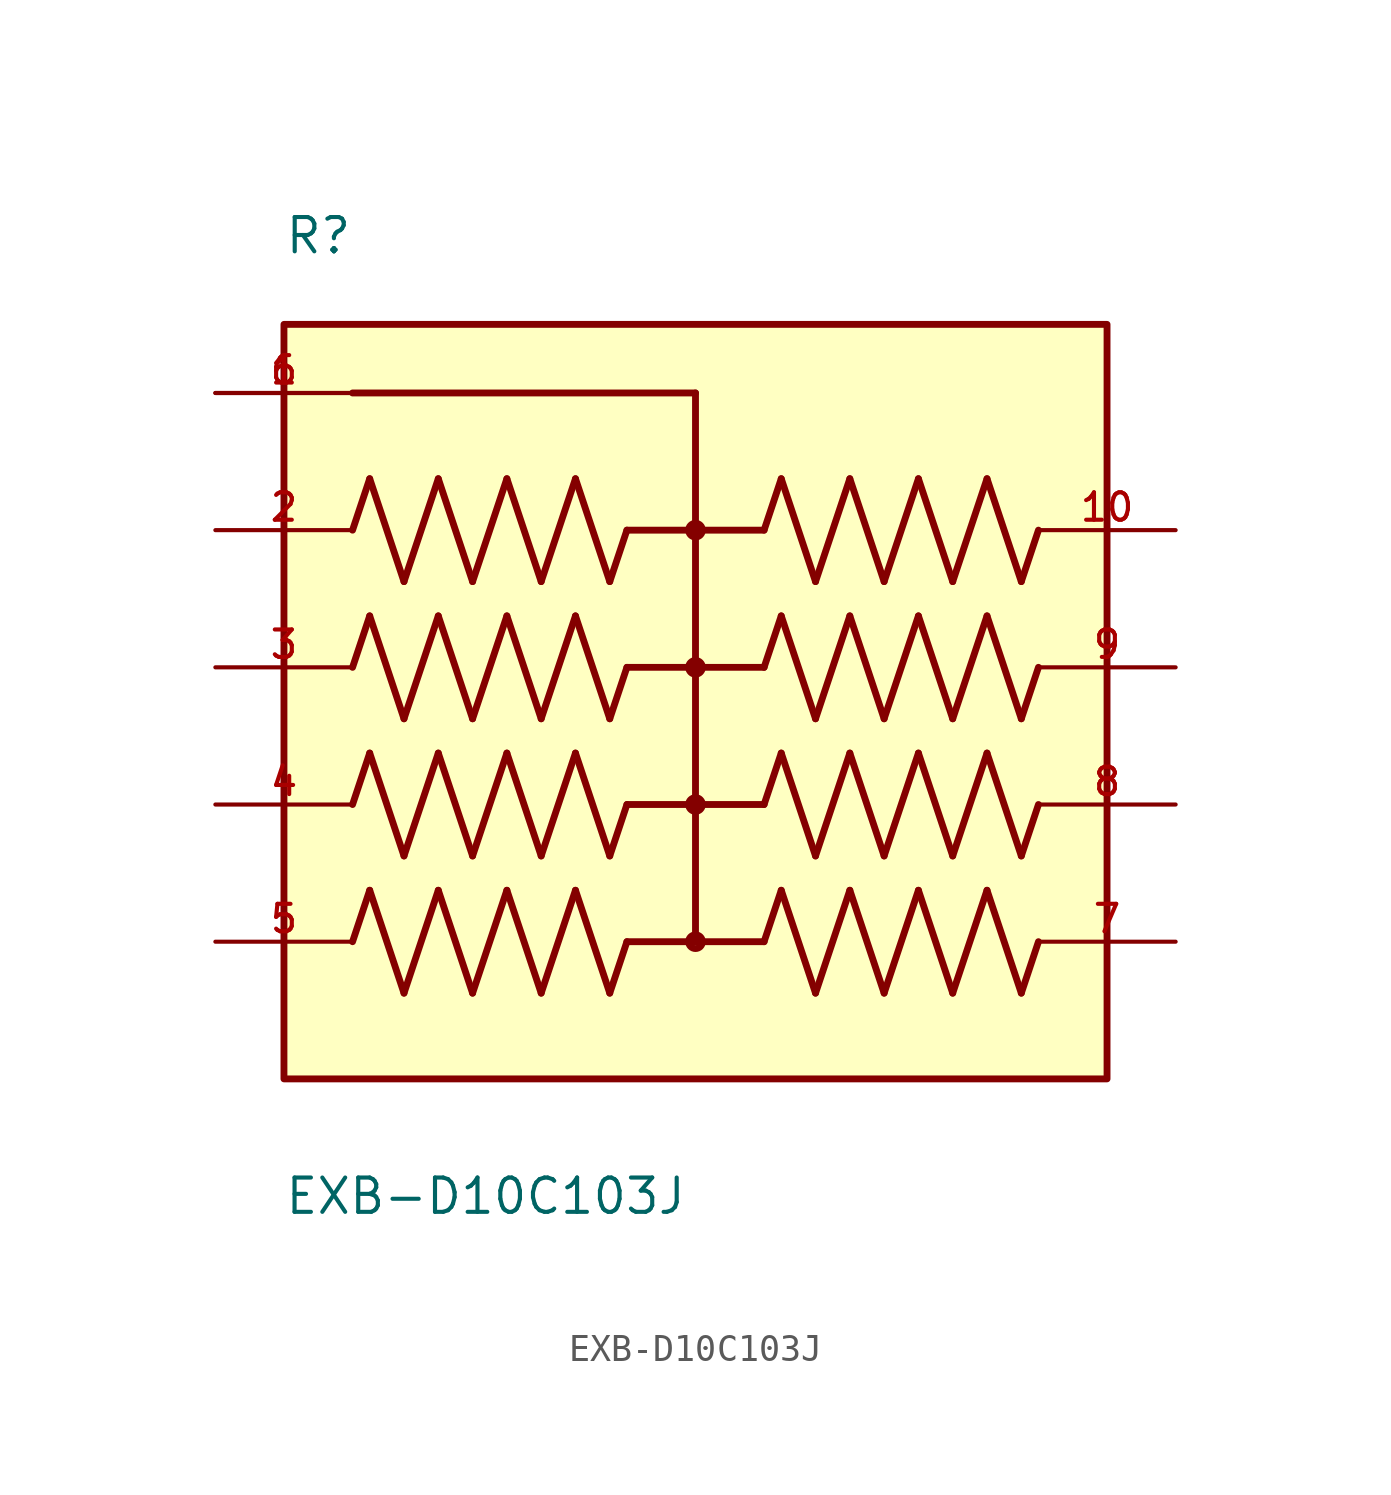
<source format=kicad_sym>
(kicad_symbol_lib
  (version 20211014)
  (generator kicad_symbol_editor)
  (symbol "EXB-D10C103J"
    (pin_names
      (offset 1.016))
    (property "Reference" "R"
      (at -15.244 15.242 0)
      (effects (font (size 1.27 1.27)) (justify bottom left)))
    (property "Value" "EXB-D10C103J"
      (at -15.25 -20.327 0)
      (effects (font (size 1.27 1.27)) (justify bottom left)))
    (symbol "EXB-D10C103J_0_0"
      (polyline (pts (xy -12.7 5.08) (xy -12.065 6.985)) (stroke (width 0.254)))
      (polyline (pts (xy -12.065 6.985) (xy -10.795 3.175)) (stroke (width 0.254)))
      (polyline (pts (xy -10.795 3.175) (xy -9.525 6.985)) (stroke (width 0.254)))
      (polyline (pts (xy -9.525 6.985) (xy -8.255 3.175)) (stroke (width 0.254)))
      (polyline (pts (xy -8.255 3.175) (xy -6.985 6.985)) (stroke (width 0.254)))
      (polyline (pts (xy -6.985 6.985) (xy -5.715 3.175)) (stroke (width 0.254)))
      (polyline (pts (xy -5.715 3.175) (xy -4.445 6.985)) (stroke (width 0.254)))
      (polyline (pts (xy -4.445 6.985) (xy -3.175 3.175)) (stroke (width 0.254)))
      (polyline (pts (xy -3.175 3.175) (xy -2.54 5.08)) (stroke (width 0.254)))
      (polyline (pts (xy -12.7 0.0) (xy -12.065 1.905)) (stroke (width 0.254)))
      (polyline (pts (xy -12.065 1.905) (xy -10.795 -1.905)) (stroke (width 0.254)))
      (polyline (pts (xy -10.795 -1.905) (xy -9.525 1.905)) (stroke (width 0.254)))
      (polyline (pts (xy -9.525 1.905) (xy -8.255 -1.905)) (stroke (width 0.254)))
      (polyline (pts (xy -8.255 -1.905) (xy -6.985 1.905)) (stroke (width 0.254)))
      (polyline (pts (xy -6.985 1.905) (xy -5.715 -1.905)) (stroke (width 0.254)))
      (polyline (pts (xy -5.715 -1.905) (xy -4.445 1.905)) (stroke (width 0.254)))
      (polyline (pts (xy -4.445 1.905) (xy -3.175 -1.905)) (stroke (width 0.254)))
      (polyline (pts (xy -3.175 -1.905) (xy -2.54 0.0)) (stroke (width 0.254)))
      (polyline (pts (xy -12.7 -5.08) (xy -12.065 -3.175)) (stroke (width 0.254)))
      (polyline (pts (xy -12.065 -3.175) (xy -10.795 -6.985)) (stroke (width 0.254)))
      (polyline (pts (xy -10.795 -6.985) (xy -9.525 -3.175)) (stroke (width 0.254)))
      (polyline (pts (xy -9.525 -3.175) (xy -8.255 -6.985)) (stroke (width 0.254)))
      (polyline (pts (xy -8.255 -6.985) (xy -6.985 -3.175)) (stroke (width 0.254)))
      (polyline (pts (xy -6.985 -3.175) (xy -5.715 -6.985)) (stroke (width 0.254)))
      (polyline (pts (xy -5.715 -6.985) (xy -4.445 -3.175)) (stroke (width 0.254)))
      (polyline (pts (xy -4.445 -3.175) (xy -3.175 -6.985)) (stroke (width 0.254)))
      (polyline (pts (xy -3.175 -6.985) (xy -2.54 -5.08)) (stroke (width 0.254)))
      (polyline (pts (xy -12.7 -10.16) (xy -12.065 -8.255)) (stroke (width 0.254)))
      (polyline (pts (xy -12.065 -8.255) (xy -10.795 -12.065)) (stroke (width 0.254)))
      (polyline (pts (xy -10.795 -12.065) (xy -9.525 -8.255)) (stroke (width 0.254)))
      (polyline (pts (xy -9.525 -8.255) (xy -8.255 -12.065)) (stroke (width 0.254)))
      (polyline (pts (xy -8.255 -12.065) (xy -6.985 -8.255)) (stroke (width 0.254)))
      (polyline (pts (xy -6.985 -8.255) (xy -5.715 -12.065)) (stroke (width 0.254)))
      (polyline (pts (xy -5.715 -12.065) (xy -4.445 -8.255)) (stroke (width 0.254)))
      (polyline (pts (xy -4.445 -8.255) (xy -3.175 -12.065)) (stroke (width 0.254)))
      (polyline (pts (xy -3.175 -12.065) (xy -2.54 -10.16)) (stroke (width 0.254)))
      (polyline (pts (xy 2.54 5.08) (xy 3.175 6.985)) (stroke (width 0.254)))
      (polyline (pts (xy 3.175 6.985) (xy 4.445 3.175)) (stroke (width 0.254)))
      (polyline (pts (xy 4.445 3.175) (xy 5.715 6.985)) (stroke (width 0.254)))
      (polyline (pts (xy 5.715 6.985) (xy 6.985 3.175)) (stroke (width 0.254)))
      (polyline (pts (xy 6.985 3.175) (xy 8.255 6.985)) (stroke (width 0.254)))
      (polyline (pts (xy 8.255 6.985) (xy 9.525 3.175)) (stroke (width 0.254)))
      (polyline (pts (xy 9.525 3.175) (xy 10.795 6.985)) (stroke (width 0.254)))
      (polyline (pts (xy 10.795 6.985) (xy 12.065 3.175)) (stroke (width 0.254)))
      (polyline (pts (xy 12.065 3.175) (xy 12.7 5.08)) (stroke (width 0.254)))
      (polyline (pts (xy 2.54 0.0) (xy 3.175 1.905)) (stroke (width 0.254)))
      (polyline (pts (xy 3.175 1.905) (xy 4.445 -1.905)) (stroke (width 0.254)))
      (polyline (pts (xy 4.445 -1.905) (xy 5.715 1.905)) (stroke (width 0.254)))
      (polyline (pts (xy 5.715 1.905) (xy 6.985 -1.905)) (stroke (width 0.254)))
      (polyline (pts (xy 6.985 -1.905) (xy 8.255 1.905)) (stroke (width 0.254)))
      (polyline (pts (xy 8.255 1.905) (xy 9.525 -1.905)) (stroke (width 0.254)))
      (polyline (pts (xy 9.525 -1.905) (xy 10.795 1.905)) (stroke (width 0.254)))
      (polyline (pts (xy 10.795 1.905) (xy 12.065 -1.905)) (stroke (width 0.254)))
      (polyline (pts (xy 12.065 -1.905) (xy 12.7 0.0)) (stroke (width 0.254)))
      (polyline (pts (xy 2.54 -5.08) (xy 3.175 -3.175)) (stroke (width 0.254)))
      (polyline (pts (xy 3.175 -3.175) (xy 4.445 -6.985)) (stroke (width 0.254)))
      (polyline (pts (xy 4.445 -6.985) (xy 5.715 -3.175)) (stroke (width 0.254)))
      (polyline (pts (xy 5.715 -3.175) (xy 6.985 -6.985)) (stroke (width 0.254)))
      (polyline (pts (xy 6.985 -6.985) (xy 8.255 -3.175)) (stroke (width 0.254)))
      (polyline (pts (xy 8.255 -3.175) (xy 9.525 -6.985)) (stroke (width 0.254)))
      (polyline (pts (xy 9.525 -6.985) (xy 10.795 -3.175)) (stroke (width 0.254)))
      (polyline (pts (xy 10.795 -3.175) (xy 12.065 -6.985)) (stroke (width 0.254)))
      (polyline (pts (xy 12.065 -6.985) (xy 12.7 -5.08)) (stroke (width 0.254)))
      (polyline (pts (xy 2.54 -10.16) (xy 3.175 -8.255)) (stroke (width 0.254)))
      (polyline (pts (xy 3.175 -8.255) (xy 4.445 -12.065)) (stroke (width 0.254)))
      (polyline (pts (xy 4.445 -12.065) (xy 5.715 -8.255)) (stroke (width 0.254)))
      (polyline (pts (xy 5.715 -8.255) (xy 6.985 -12.065)) (stroke (width 0.254)))
      (polyline (pts (xy 6.985 -12.065) (xy 8.255 -8.255)) (stroke (width 0.254)))
      (polyline (pts (xy 8.255 -8.255) (xy 9.525 -12.065)) (stroke (width 0.254)))
      (polyline (pts (xy 9.525 -12.065) (xy 10.795 -8.255)) (stroke (width 0.254)))
      (polyline (pts (xy 10.795 -8.255) (xy 12.065 -12.065)) (stroke (width 0.254)))
      (polyline (pts (xy 12.065 -12.065) (xy 12.7 -10.16)) (stroke (width 0.254)))
      (polyline (pts (xy -2.54 5.08) (xy 0.0 5.08)) (stroke (width 0.254)))
      (polyline (pts (xy 0.0 5.08) (xy 2.54 5.08)) (stroke (width 0.254)))
      (polyline (pts (xy -2.54 0.0) (xy 0.0 0.0)) (stroke (width 0.254)))
      (polyline (pts (xy 0.0 0.0) (xy 2.54 0.0)) (stroke (width 0.254)))
      (polyline (pts (xy -2.54 -5.08) (xy 0.0 -5.08)) (stroke (width 0.254)))
      (polyline (pts (xy 0.0 -5.08) (xy 2.54 -5.08)) (stroke (width 0.254)))
      (polyline (pts (xy -2.54 -10.16) (xy 0.0 -10.16)) (stroke (width 0.254)))
      (polyline (pts (xy 0.0 -10.16) (xy 2.54 -10.16)) (stroke (width 0.254)))
      (polyline (pts (xy 0.0 5.08) (xy 0.0 0.0)) (stroke (width 0.254)))
      (polyline (pts (xy 0.0 0.0) (xy 0.0 -5.08)) (stroke (width 0.254)))
      (polyline (pts (xy 0.0 -5.08) (xy 0.0 -10.16)) (stroke (width 0.254)))
      (polyline (pts (xy -12.7 10.16) (xy 0.0 10.16)) (stroke (width 0.254)))
      (polyline (pts (xy 0.0 10.16) (xy 0.0 5.08)) (stroke (width 0.254)))
      (circle (center 0.0 5.08) (radius 0.254) (stroke (width 0.254)) (fill (type none)))
      (circle (center 0.0 0.0) (radius 0.254) (stroke (width 0.254)) (fill (type none)))
      (circle (center 0.0 -5.08) (radius 0.254) (stroke (width 0.254)) (fill (type none)))
      (circle (center 0.0 -10.16) (radius 0.254) (stroke (width 0.254)) (fill (type none)))
      (rectangle (start -15.24 -15.24) (end 15.24 12.7) (stroke (width 0.254)) (fill (type background)))
      (pin passive line (at -17.78 10.16 0) (length 5.08) (name "~" (effects (font (size 1.016 1.016)))) (number "1" (effects (font (size 1.016 1.016)))))
      (pin passive line (at -17.78 10.16 0) (length 5.08) (name "~" (effects (font (size 1.016 1.016)))) (number "6" (effects (font (size 1.016 1.016)))))
      (pin passive line (at -17.78 5.08 0) (length 5.08) (name "~" (effects (font (size 1.016 1.016)))) (number "2" (effects (font (size 1.016 1.016)))))
      (pin passive line (at -17.78 0.0 0) (length 5.08) (name "~" (effects (font (size 1.016 1.016)))) (number "3" (effects (font (size 1.016 1.016)))))
      (pin passive line (at -17.78 -5.08 0) (length 5.08) (name "~" (effects (font (size 1.016 1.016)))) (number "4" (effects (font (size 1.016 1.016)))))
      (pin passive line (at -17.78 -10.16 0) (length 5.08) (name "~" (effects (font (size 1.016 1.016)))) (number "5" (effects (font (size 1.016 1.016)))))
      (pin passive line (at 17.78 -10.16 180.0) (length 5.08) (name "~" (effects (font (size 1.016 1.016)))) (number "7" (effects (font (size 1.016 1.016)))))
      (pin passive line (at 17.78 -5.08 180.0) (length 5.08) (name "~" (effects (font (size 1.016 1.016)))) (number "8" (effects (font (size 1.016 1.016)))))
      (pin passive line (at 17.78 0.0 180.0) (length 5.08) (name "~" (effects (font (size 1.016 1.016)))) (number "9" (effects (font (size 1.016 1.016)))))
      (pin passive line (at 17.78 5.08 180.0) (length 5.08) (name "~" (effects (font (size 1.016 1.016)))) (number "10" (effects (font (size 1.016 1.016))))))))
</source>
